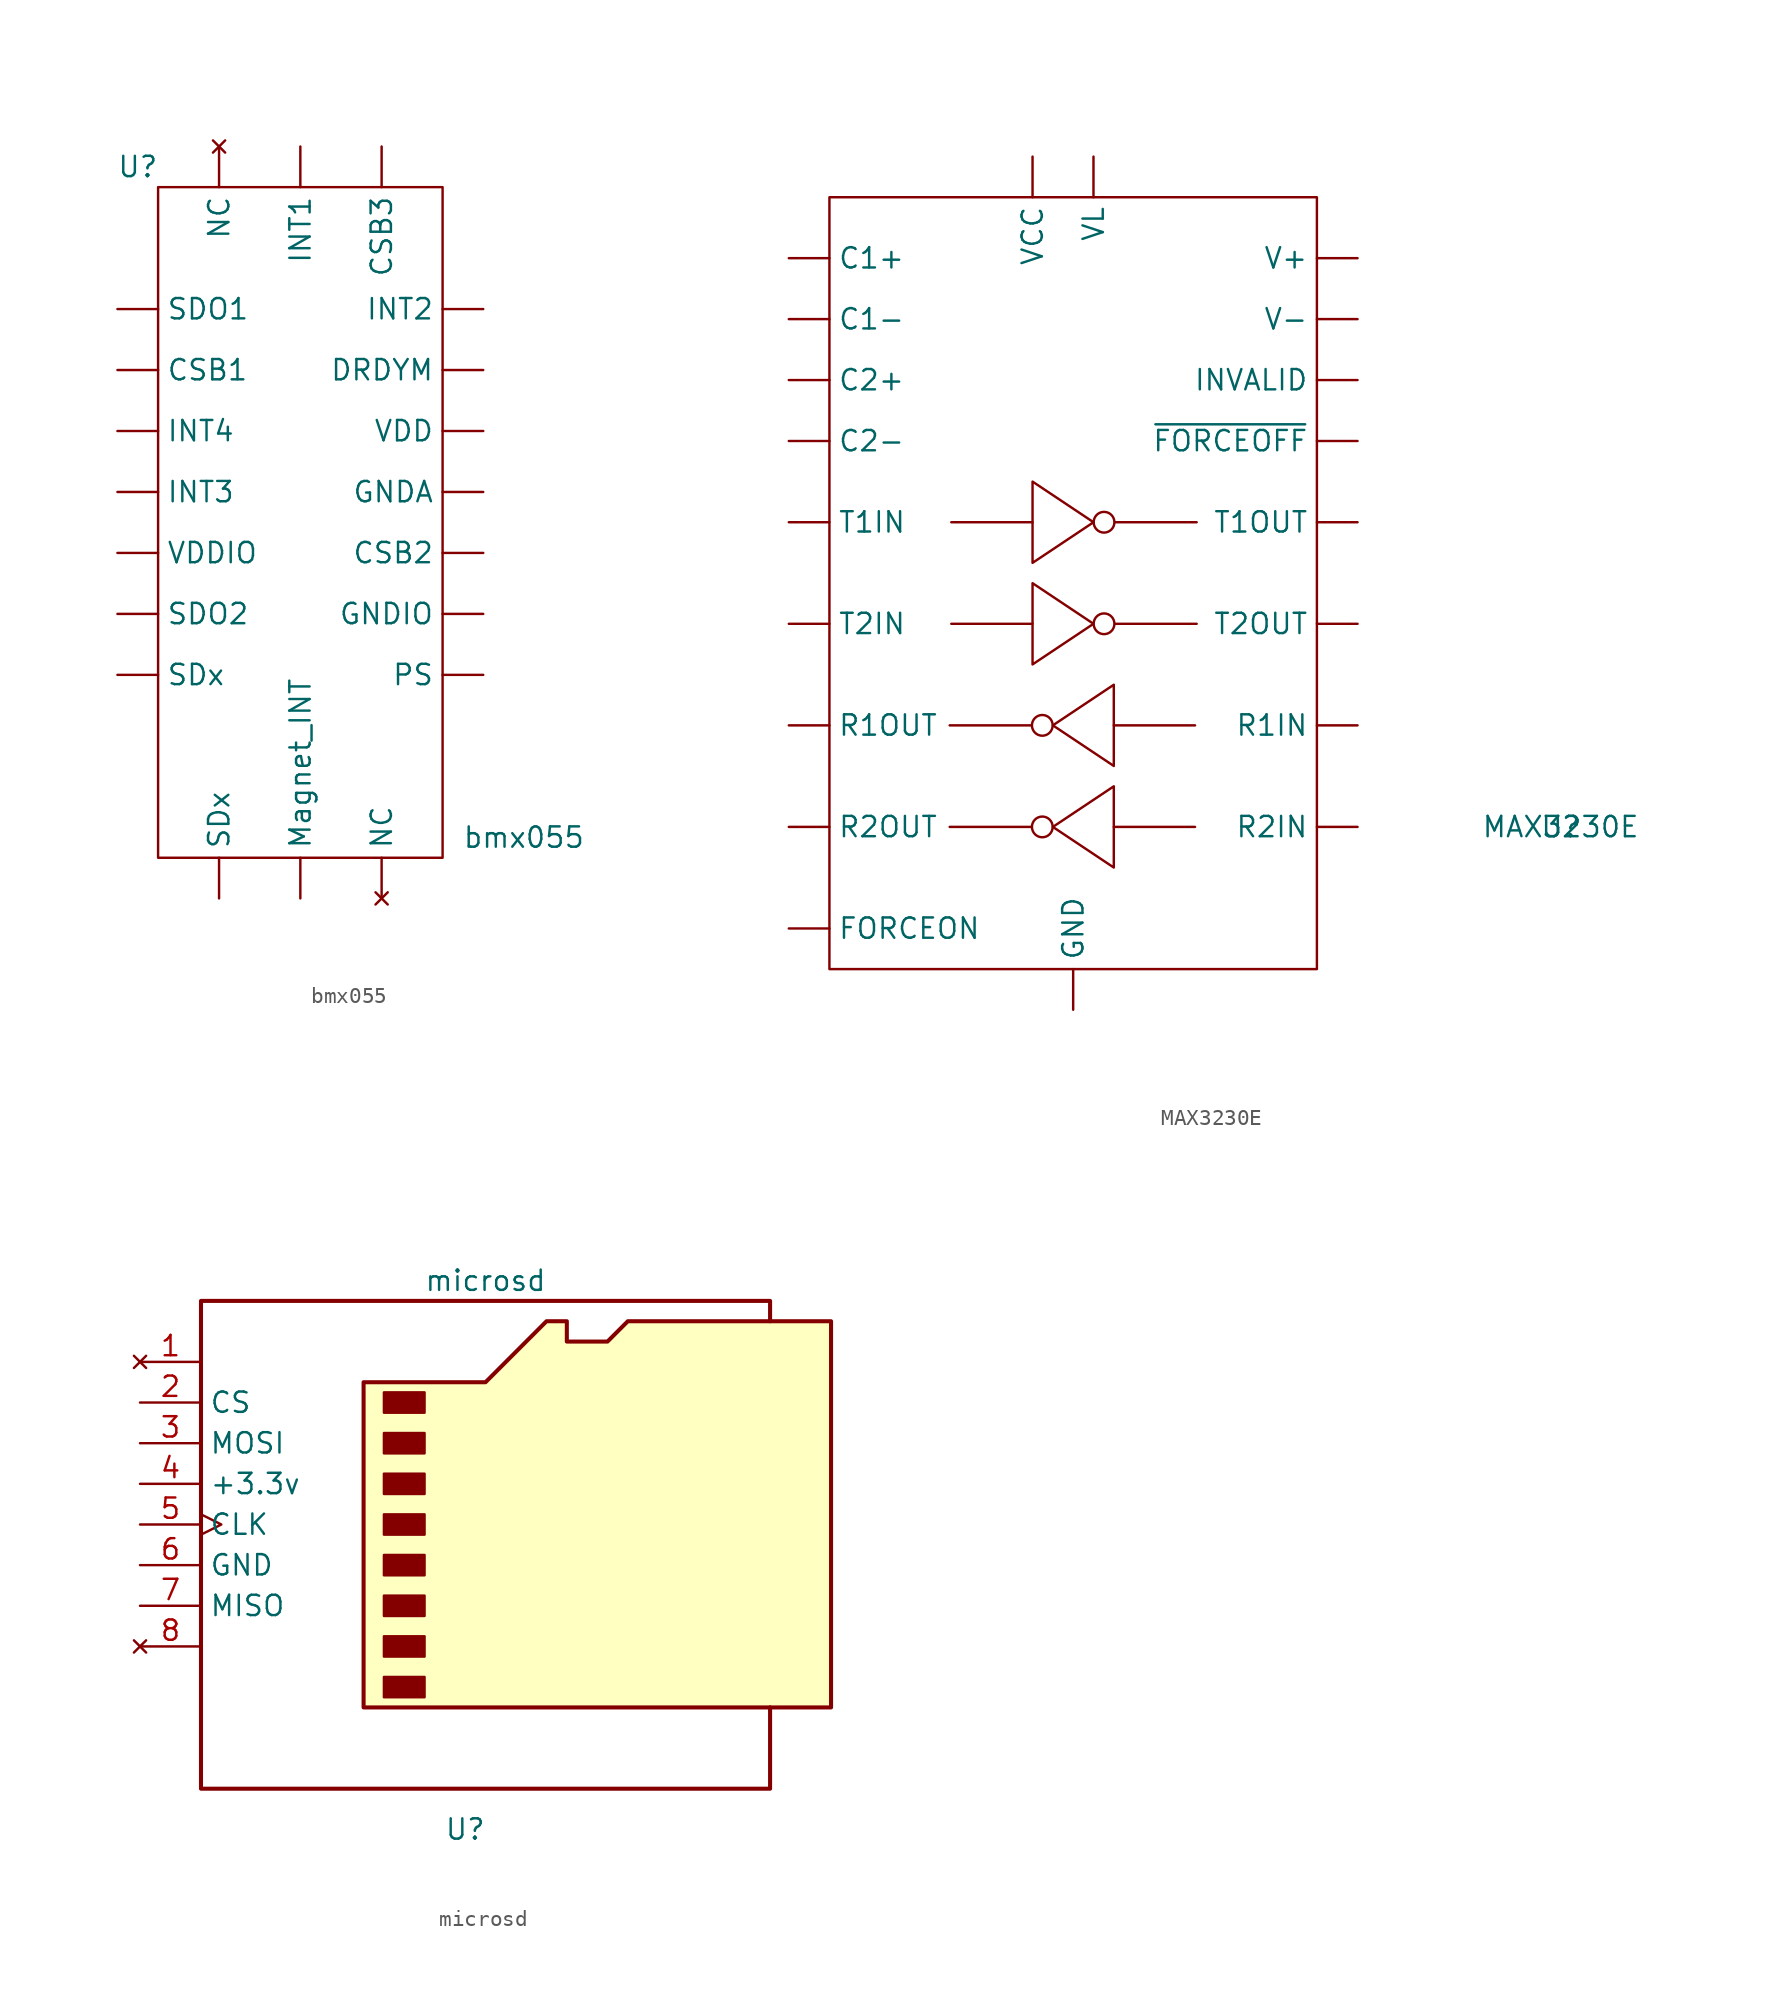
<source format=kicad_sym>
(kicad_symbol_lib
  (version 20201005)
  (generator kicad_symbol_editor)
  (symbol "pb171:bmx055"
    (property "Reference" "U"
      (at -8.89 24.13 0)
      (effects (font (size 1.27 1.27))))
    (property "Value" "bmx055"
      (at 15.24 -17.78 0)
      (effects (font (size 1.27 1.27))))
    (symbol "bmx055_0_1"
      (rectangle (start -7.62 22.86) (end 10.16 -19.05) (stroke (width 0.152)) (fill (type none))))
    (symbol "bmx055_1_1"
      (pin passive line (at -10.16 11.43 0) (length 2.54) (name "CSB1" (effects (font (size 1.27 1.27)))) (number "" (effects (font (size 1.27 1.27)))))
      (pin passive line (at 12.7 0 180) (length 2.54) (name "CSB2" (effects (font (size 1.27 1.27)))) (number "" (effects (font (size 1.27 1.27)))))
      (pin passive line (at 6.35 25.4 270) (length 2.54) (name "CSB3" (effects (font (size 1.27 1.27)))) (number "" (effects (font (size 1.27 1.27)))))
      (pin passive line (at 12.7 11.43 180) (length 2.54) (name "DRDYM" (effects (font (size 1.27 1.27)))) (number "" (effects (font (size 1.27 1.27)))))
      (pin passive line (at 12.7 3.81 180) (length 2.54) (name "GNDA" (effects (font (size 1.27 1.27)))) (number "" (effects (font (size 1.27 1.27)))))
      (pin passive line (at 12.7 -3.81 180) (length 2.54) (name "GNDIO" (effects (font (size 1.27 1.27)))) (number "" (effects (font (size 1.27 1.27)))))
      (pin passive line (at 1.27 25.4 270) (length 2.54) (name "INT1" (effects (font (size 1.27 1.27)))) (number "" (effects (font (size 1.27 1.27)))))
      (pin passive line (at 12.7 15.24 180) (length 2.54) (name "INT2" (effects (font (size 1.27 1.27)))) (number "" (effects (font (size 1.27 1.27)))))
      (pin passive line (at -10.16 3.81 0) (length 2.54) (name "INT3" (effects (font (size 1.27 1.27)))) (number "" (effects (font (size 1.27 1.27)))))
      (pin passive line (at -10.16 7.62 0) (length 2.54) (name "INT4" (effects (font (size 1.27 1.27)))) (number "" (effects (font (size 1.27 1.27)))))
      (pin passive line (at 1.27 -21.59 90) (length 2.54) (name "Magnet_INT" (effects (font (size 1.27 1.27)))) (number "" (effects (font (size 1.27 1.27)))))
      (pin no_connect line (at -3.81 25.4 270) (length 2.54) (name "NC" (effects (font (size 1.27 1.27)))) (number "" (effects (font (size 1.27 1.27)))))
      (pin no_connect line (at 6.35 -21.59 90) (length 2.54) (name "NC" (effects (font (size 1.27 1.27)))) (number "" (effects (font (size 1.27 1.27)))))
      (pin passive line (at 12.7 -7.62 180) (length 2.54) (name "PS" (effects (font (size 1.27 1.27)))) (number "" (effects (font (size 1.27 1.27)))))
      (pin passive line (at -10.16 15.24 0) (length 2.54) (name "SDO1" (effects (font (size 1.27 1.27)))) (number "" (effects (font (size 1.27 1.27)))))
      (pin passive line (at -10.16 -3.81 0) (length 2.54) (name "SDO2" (effects (font (size 1.27 1.27)))) (number "" (effects (font (size 1.27 1.27)))))
      (pin passive line (at -10.16 -7.62 0) (length 2.54) (name "SDx" (effects (font (size 1.27 1.27)))) (number "" (effects (font (size 1.27 1.27)))))
      (pin passive line (at -3.81 -21.59 90) (length 2.54) (name "SDx" (effects (font (size 1.27 1.27)))) (number "" (effects (font (size 1.27 1.27)))))
      (pin passive line (at 12.7 7.62 180) (length 2.54) (name "VDD" (effects (font (size 1.27 1.27)))) (number "" (effects (font (size 1.27 1.27)))))
      (pin passive line (at -10.16 0 0) (length 2.54) (name "VDDIO" (effects (font (size 1.27 1.27)))) (number "" (effects (font (size 1.27 1.27)))))))
  (symbol "pb171:MAX3230E"
    (property "Reference" "U"
      (at 0 0 0)
      (effects (font (size 1.27 1.27))))
    (property "Value" "MAX3230E"
      (at 0 0 0)
      (effects (font (size 1.27 1.27))))
    (symbol "MAX3230E_0_1"
      (circle (center -32.41 0) (radius 0.648) (stroke (width 0.152)) (fill (type none)))
      (circle (center -32.41 6.35) (radius 0.648) (stroke (width 0.152)) (fill (type none)))
      (circle (center -28.55 12.7) (radius 0.648) (stroke (width 0.152)) (fill (type none)))
      (circle (center -28.55 19.05) (radius 0.648) (stroke (width 0.152)) (fill (type none)))
      (rectangle (start -45.72 39.37) (end -15.24 -8.89) (stroke (width 0.152)) (fill (type none)))
      (polyline (pts (xy -38.1 12.7) (xy -33.02 12.7)) (stroke (width 0.152)) (fill (type none)))
      (polyline (pts (xy -38.1 19.05) (xy -33.02 19.05)) (stroke (width 0.152)) (fill (type none)))
      (polyline (pts (xy -33.122 0) (xy -38.202 0)) (stroke (width 0.152)) (fill (type none)))
      (polyline (pts (xy -33.122 6.35) (xy -38.202 6.35)) (stroke (width 0.152)) (fill (type none)))
      (polyline (pts (xy -27.838 12.7) (xy -22.758 12.7)) (stroke (width 0.152)) (fill (type none)))
      (polyline (pts (xy -27.838 19.05) (xy -22.758 19.05)) (stroke (width 0.152)) (fill (type none)))
      (polyline (pts (xy -22.86 0) (xy -27.94 0)) (stroke (width 0.152)) (fill (type none)))
      (polyline (pts (xy -22.86 6.35) (xy -27.94 6.35)) (stroke (width 0.152)) (fill (type none)))
      (polyline (pts (xy -33.02 15.24) (xy -33.02 10.16) (xy -29.21 12.7) (xy -33.02 15.24)) (stroke (width 0.152)) (fill (type none)))
      (polyline (pts (xy -33.02 21.59) (xy -33.02 16.51) (xy -29.21 19.05) (xy -33.02 21.59)) (stroke (width 0.152)) (fill (type none)))
      (polyline (pts (xy -27.94 2.54) (xy -27.94 -2.54) (xy -31.75 0) (xy -27.94 2.54)) (stroke (width 0.152)) (fill (type none)))
      (polyline (pts (xy -27.94 8.89) (xy -27.94 3.81) (xy -31.75 6.35) (xy -27.94 8.89)) (stroke (width 0.152)) (fill (type none))))
    (symbol "MAX3230E_1_1"
      (pin passive line (at -48.26 35.56 0) (length 2.54) (name "C1+" (effects (font (size 1.27 1.27)))) (number "" (effects (font (size 1.27 1.27)))))
      (pin passive line (at -48.26 31.75 0) (length 2.54) (name "C1-" (effects (font (size 1.27 1.27)))) (number "" (effects (font (size 1.27 1.27)))))
      (pin passive line (at -48.26 27.94 0) (length 2.54) (name "C2+" (effects (font (size 1.27 1.27)))) (number "" (effects (font (size 1.27 1.27)))))
      (pin passive line (at -48.26 24.13 0) (length 2.54) (name "C2-" (effects (font (size 1.27 1.27)))) (number "" (effects (font (size 1.27 1.27)))))
      (pin passive line (at -48.26 -6.35 0) (length 2.54) (name "FORCEON" (effects (font (size 1.27 1.27)))) (number "" (effects (font (size 1.27 1.27)))))
      (pin passive line (at -30.48 -11.43 90) (length 2.54) (name "GND" (effects (font (size 1.27 1.27)))) (number "" (effects (font (size 1.27 1.27)))))
      (pin passive line (at -12.7 27.94 180) (length 2.54) (name "INVALID" (effects (font (size 1.27 1.27)))) (number "" (effects (font (size 1.27 1.27)))))
      (pin passive line (at -12.7 6.35 180) (length 2.54) (name "R1IN" (effects (font (size 1.27 1.27)))) (number "" (effects (font (size 1.27 1.27)))))
      (pin passive line (at -48.26 6.35 0) (length 2.54) (name "R1OUT" (effects (font (size 1.27 1.27)))) (number "" (effects (font (size 1.27 1.27)))))
      (pin passive line (at -12.7 0 180) (length 2.54) (name "R2IN" (effects (font (size 1.27 1.27)))) (number "" (effects (font (size 1.27 1.27)))))
      (pin passive line (at -48.26 0 0) (length 2.54) (name "R2OUT" (effects (font (size 1.27 1.27)))) (number "" (effects (font (size 1.27 1.27)))))
      (pin passive line (at -48.26 19.05 0) (length 2.54) (name "T1IN" (effects (font (size 1.27 1.27)))) (number "" (effects (font (size 1.27 1.27)))))
      (pin passive line (at -12.7 19.05 180) (length 2.54) (name "T1OUT" (effects (font (size 1.27 1.27)))) (number "" (effects (font (size 1.27 1.27)))))
      (pin passive line (at -48.26 12.7 0) (length 2.54) (name "T2IN" (effects (font (size 1.27 1.27)))) (number "" (effects (font (size 1.27 1.27)))))
      (pin passive line (at -12.7 12.7 180) (length 2.54) (name "T2OUT" (effects (font (size 1.27 1.27)))) (number "" (effects (font (size 1.27 1.27)))))
      (pin passive line (at -12.7 35.56 180) (length 2.54) (name "V+" (effects (font (size 1.27 1.27)))) (number "" (effects (font (size 1.27 1.27)))))
      (pin passive line (at -12.7 31.75 180) (length 2.54) (name "V-" (effects (font (size 1.27 1.27)))) (number "" (effects (font (size 1.27 1.27)))))
      (pin passive line (at -33.02 41.91 270) (length 2.54) (name "VCC" (effects (font (size 1.27 1.27)))) (number "" (effects (font (size 1.27 1.27)))))
      (pin passive line (at -29.21 41.91 270) (length 2.54) (name "VL" (effects (font (size 1.27 1.27)))) (number "" (effects (font (size 1.27 1.27)))))
      (pin passive line (at -12.7 24.13 180) (length 2.54) (name "~FORCEOFF" (effects (font (size 1.27 1.27)))) (number "" (effects (font (size 1.27 1.27)))))))
  (symbol "pb171:microsd"
    (property "Reference" "U"
      (at 34.29 -3.81 0)
      (effects (font (size 1.27 1.27))))
    (property "Value" "microsd"
      (at 35.56 30.48 0)
      (effects (font (size 1.27 1.27))))
    (symbol "microsd_0_1"
      (rectangle (start 29.21 5.715) (end 31.75 4.445) (stroke (width 0)) (fill (type outline)))
      (rectangle (start 29.21 8.255) (end 31.75 6.985) (stroke (width 0)) (fill (type outline)))
      (rectangle (start 29.21 10.795) (end 31.75 9.525) (stroke (width 0)) (fill (type outline)))
      (rectangle (start 29.21 13.335) (end 31.75 12.065) (stroke (width 0)) (fill (type outline)))
      (rectangle (start 29.21 15.875) (end 31.75 14.605) (stroke (width 0)) (fill (type outline)))
      (rectangle (start 29.21 18.415) (end 31.75 17.145) (stroke (width 0)) (fill (type outline)))
      (rectangle (start 29.21 20.955) (end 31.75 19.685) (stroke (width 0)) (fill (type outline)))
      (rectangle (start 29.21 23.495) (end 31.75 22.225) (stroke (width 0)) (fill (type outline)))
      (polyline (pts (xy 53.34 27.94) (xy 53.34 29.21) (xy 17.78 29.21) (xy 17.78 -1.27) (xy 53.34 -1.27) (xy 53.34 3.81)) (stroke (width 0.254)) (fill (type none)))
      (polyline (pts (xy 27.94 3.81) (xy 27.94 24.13) (xy 35.56 24.13) (xy 39.37 27.94) (xy 40.64 27.94) (xy 40.64 26.67) (xy 43.18 26.67) (xy 44.45 27.94) (xy 57.15 27.94) (xy 57.15 3.81) (xy 27.94 3.81)) (stroke (width 0.254)) (fill (type background))))
    (symbol "microsd_1_1"
      (pin no_connect line (at 13.97 25.4 0) (length 3.81) (name "" (effects (font (size 1.27 1.27)))) (number "1" (effects (font (size 1.27 1.27)))))
      (pin passive line (at 13.97 22.86 0) (length 3.81) (name "CS" (effects (font (size 1.27 1.27)))) (number "2" (effects (font (size 1.27 1.27)))))
      (pin passive line (at 13.97 20.32 0) (length 3.81) (name "MOSI" (effects (font (size 1.27 1.27)))) (number "3" (effects (font (size 1.27 1.27)))))
      (pin power_in line (at 13.97 17.78 0) (length 3.81) (name "+3.3v" (effects (font (size 1.27 1.27)))) (number "4" (effects (font (size 1.27 1.27)))))
      (pin input clock (at 13.97 15.24 0) (length 3.81) (name "CLK" (effects (font (size 1.27 1.27)))) (number "5" (effects (font (size 1.27 1.27)))))
      (pin passive line (at 13.97 12.7 0) (length 3.81) (name "GND" (effects (font (size 1.27 1.27)))) (number "6" (effects (font (size 1.27 1.27)))))
      (pin passive line (at 13.97 10.16 0) (length 3.81) (name "MISO" (effects (font (size 1.27 1.27)))) (number "7" (effects (font (size 1.27 1.27)))))
      (pin no_connect line (at 13.97 7.62 0) (length 3.81) (name "" (effects (font (size 1.27 1.27)))) (number "8" (effects (font (size 1.27 1.27))))))))
</source>
